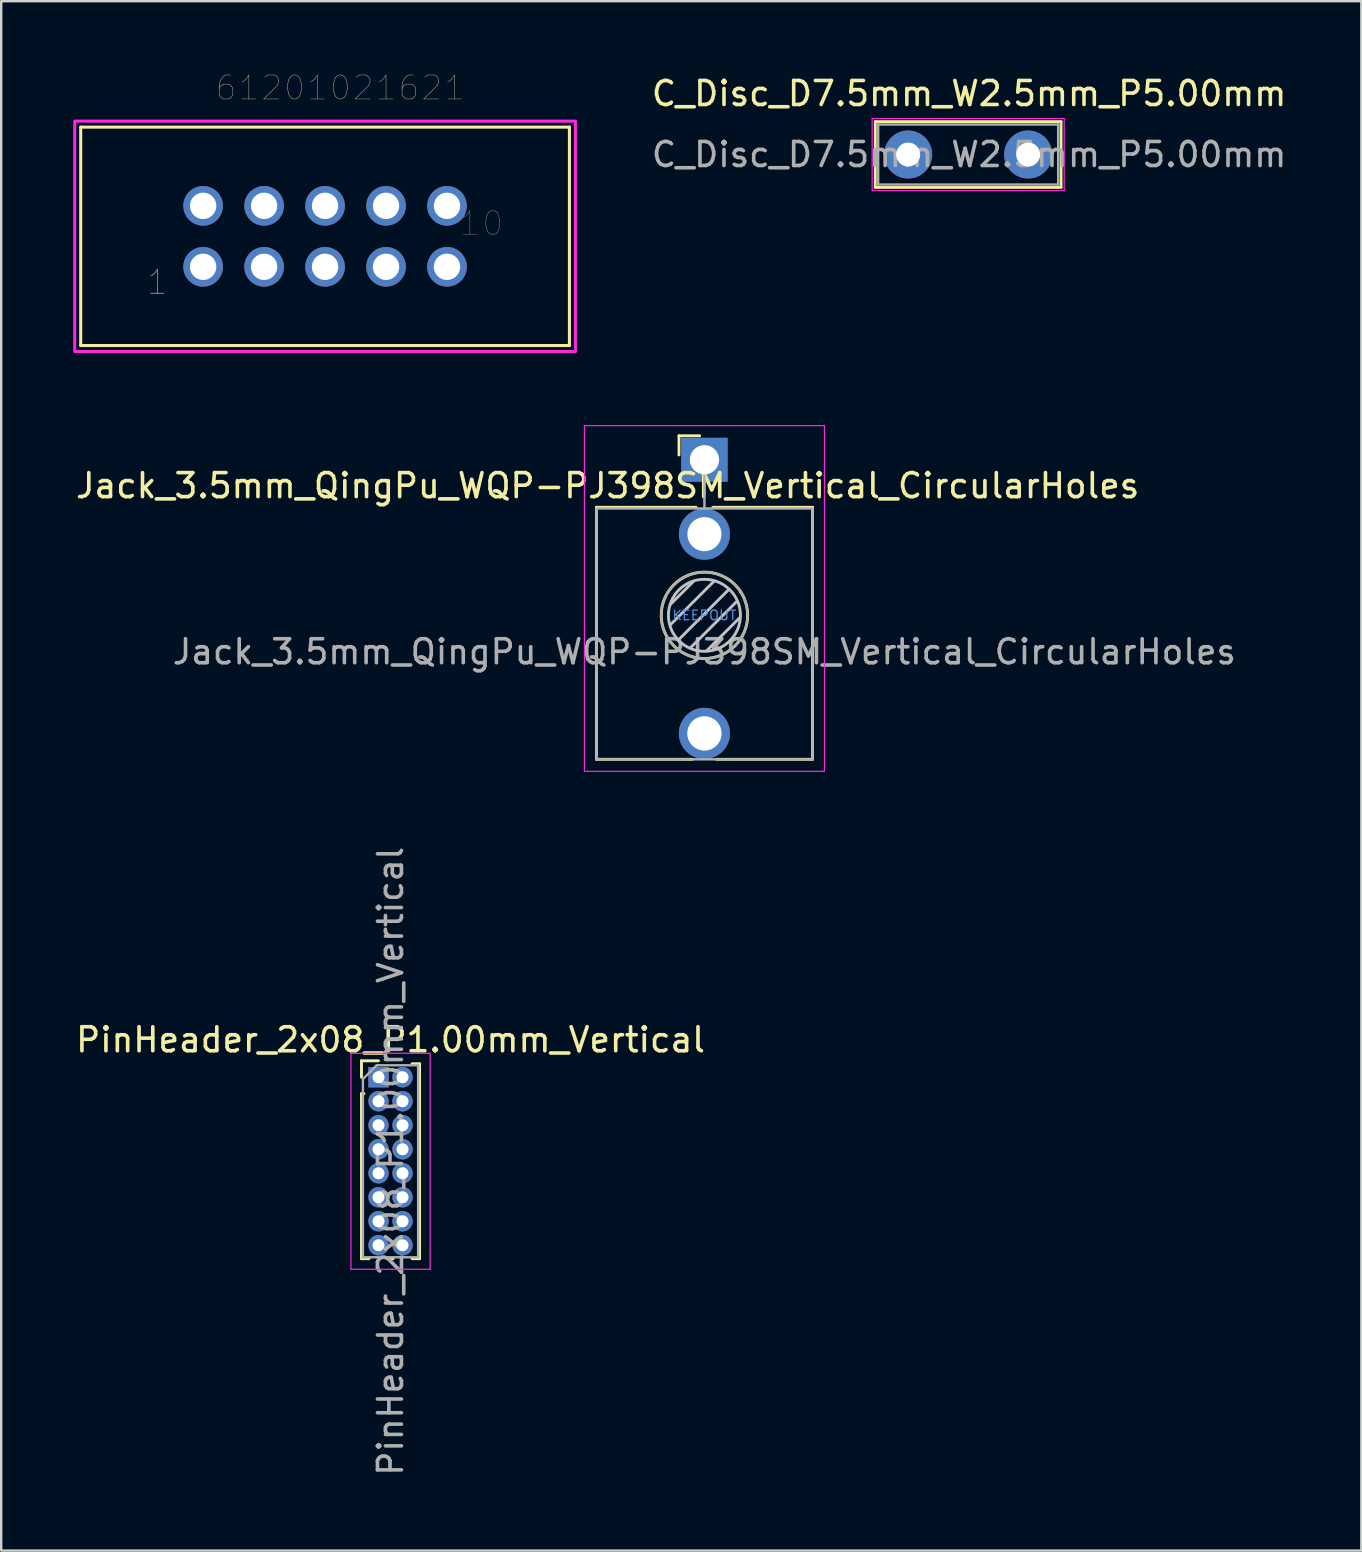
<source format=kicad_pcb>
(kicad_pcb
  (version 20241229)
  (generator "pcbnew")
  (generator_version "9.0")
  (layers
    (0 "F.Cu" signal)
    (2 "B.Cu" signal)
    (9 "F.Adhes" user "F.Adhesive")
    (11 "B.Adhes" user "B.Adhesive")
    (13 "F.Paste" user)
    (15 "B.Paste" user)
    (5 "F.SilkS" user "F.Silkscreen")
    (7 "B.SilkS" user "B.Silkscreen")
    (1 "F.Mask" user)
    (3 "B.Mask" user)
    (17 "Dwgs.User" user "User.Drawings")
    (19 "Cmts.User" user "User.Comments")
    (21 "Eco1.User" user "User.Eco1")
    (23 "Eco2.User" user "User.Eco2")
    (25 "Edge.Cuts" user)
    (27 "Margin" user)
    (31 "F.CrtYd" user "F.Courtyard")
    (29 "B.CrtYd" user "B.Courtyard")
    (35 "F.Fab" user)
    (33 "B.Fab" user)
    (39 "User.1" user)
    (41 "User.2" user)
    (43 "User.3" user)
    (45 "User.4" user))
  (footprint "PinHeader_2x08_P1.00mm_Vertical"
    (layer "F.Cu")
    (at 12.72 41.83)
    (property "Reference" "PinHeader_2x08_P1.00mm_Vertical" (at 0.5 -1.56 0) (layer "F.SilkS") (effects (font (size 1 1) (thickness 0.15))))
    (attr through_hole)
    (fp_line (start -0.71 -0.685) (end 0 -0.685) (stroke (width 0.12) (type solid)) (layer "F.SilkS"))
    (fp_line (start -0.71 0) (end -0.71 -0.685) (stroke (width 0.12) (type solid)) (layer "F.SilkS"))
    (fp_line (start -0.71 0.685) (end -0.71 7.56) (stroke (width 0.12) (type solid)) (layer "F.SilkS"))
    (fp_line (start -0.71 0.685) (end -0.608 0.685) (stroke (width 0.12) (type solid)) (layer "F.SilkS"))
    (fp_line (start -0.71 7.56) (end -0.394 7.56) (stroke (width 0.12) (type solid)) (layer "F.SilkS"))
    (fp_line (start 0.394 7.56) (end 0.606 7.56) (stroke (width 0.12) (type solid)) (layer "F.SilkS"))
    (fp_line (start 1.394 -0.56) (end 1.71 -0.56) (stroke (width 0.12) (type solid)) (layer "F.SilkS"))
    (fp_line (start 1.394 7.56) (end 1.71 7.56) (stroke (width 0.12) (type solid)) (layer "F.SilkS"))
    (fp_line (start 1.71 -0.56) (end 1.71 7.56) (stroke (width 0.12) (type solid)) (layer "F.SilkS"))
    (fp_line (start -1.15 -1) (end -1.15 8) (stroke (width 0.05) (type solid)) (layer "F.CrtYd"))
    (fp_line (start -1.15 8) (end 2.15 8) (stroke (width 0.05) (type solid)) (layer "F.CrtYd"))
    (fp_line (start 2.15 -1) (end -1.15 -1) (stroke (width 0.05) (type solid)) (layer "F.CrtYd"))
    (fp_line (start 2.15 8) (end 2.15 -1) (stroke (width 0.05) (type solid)) (layer "F.CrtYd"))
    (fp_line (start -0.65 0.075) (end -0.075 -0.5) (stroke (width 0.1) (type solid)) (layer "F.Fab"))
    (fp_line (start -0.65 7.5) (end -0.65 0.075) (stroke (width 0.1) (type solid)) (layer "F.Fab"))
    (fp_line (start -0.075 -0.5) (end 1.65 -0.5) (stroke (width 0.1) (type solid)) (layer "F.Fab"))
    (fp_line (start 1.65 -0.5) (end 1.65 7.5) (stroke (width 0.1) (type solid)) (layer "F.Fab"))
    (fp_line (start 1.65 7.5) (end -0.65 7.5) (stroke (width 0.1) (type solid)) (layer "F.Fab"))
    (fp_text user "${REFERENCE}" (at 0.5 3.5 90) (layer "F.Fab") (effects (font (size 1 1) (thickness 0.15))))
    (pad "1" thru_hole rect (at 0 0) (size 0.85 0.85) (drill 0.5) (layers "*.Cu" "*.Mask"))
    (pad "2" thru_hole oval (at 1 0) (size 0.85 0.85) (drill 0.5) (layers "*.Cu" "*.Mask"))
    (pad "3" thru_hole oval (at 0 1) (size 0.85 0.85) (drill 0.5) (layers "*.Cu" "*.Mask"))
    (pad "4" thru_hole oval (at 1 1) (size 0.85 0.85) (drill 0.5) (layers "*.Cu" "*.Mask"))
    (pad "5" thru_hole oval (at 0 2) (size 0.85 0.85) (drill 0.5) (layers "*.Cu" "*.Mask"))
    (pad "6" thru_hole oval (at 1 2) (size 0.85 0.85) (drill 0.5) (layers "*.Cu" "*.Mask"))
    (pad "7" thru_hole oval (at 0 3) (size 0.85 0.85) (drill 0.5) (layers "*.Cu" "*.Mask"))
    (pad "8" thru_hole oval (at 1 3) (size 0.85 0.85) (drill 0.5) (layers "*.Cu" "*.Mask"))
    (pad "9" thru_hole oval (at 0 4) (size 0.85 0.85) (drill 0.5) (layers "*.Cu" "*.Mask"))
    (pad "10" thru_hole oval (at 1 4) (size 0.85 0.85) (drill 0.5) (layers "*.Cu" "*.Mask"))
    (pad "11" thru_hole oval (at 0 5) (size 0.85 0.85) (drill 0.5) (layers "*.Cu" "*.Mask"))
    (pad "12" thru_hole oval (at 1 5) (size 0.85 0.85) (drill 0.5) (layers "*.Cu" "*.Mask"))
    (pad "13" thru_hole oval (at 0 6) (size 0.85 0.85) (drill 0.5) (layers "*.Cu" "*.Mask"))
    (pad "14" thru_hole oval (at 1 6) (size 0.85 0.85) (drill 0.5) (layers "*.Cu" "*.Mask"))
    (pad "15" thru_hole oval (at 0 7) (size 0.85 0.85) (drill 0.5) (layers "*.Cu" "*.Mask"))
    (pad "16" thru_hole oval (at 1 7) (size 0.85 0.85) (drill 0.5) (layers "*.Cu" "*.Mask")))
  (footprint "Jack_3.5mm_QingPu_WQP-PJ398SM_Vertical_CircularHoles"
    (layer "F.Cu")
    (at 26.298 16.105)
    (property "Reference" "Jack_3.5mm_QingPu_WQP-PJ398SM_Vertical_CircularHoles" (at -4.03 1.08 180) (layer "F.SilkS") (effects (font (size 1 1) (thickness 0.15))))
    (attr through_hole)
    (fp_line (start -4.5 1.98) (end -4.5 12.48) (stroke (width 0.12) (type solid)) (layer "F.SilkS"))
    (fp_line (start -1.06 -1) (end -1.06 -0.2) (stroke (width 0.12) (type solid)) (layer "F.SilkS"))
    (fp_line (start -1.06 -1) (end -0.2 -1) (stroke (width 0.12) (type solid)) (layer "F.SilkS"))
    (fp_line (start -0.5 12.48) (end -4.5 12.48) (stroke (width 0.12) (type solid)) (layer "F.SilkS"))
    (fp_line (start -0.35 1.98) (end -4.5 1.98) (stroke (width 0.12) (type solid)) (layer "F.SilkS"))
    (fp_line (start 4.5 1.98) (end 0.35 1.98) (stroke (width 0.12) (type solid)) (layer "F.SilkS"))
    (fp_line (start 4.5 1.98) (end 4.5 12.48) (stroke (width 0.12) (type solid)) (layer "F.SilkS"))
    (fp_line (start 4.5 12.48) (end 0.5 12.48) (stroke (width 0.12) (type solid)) (layer "F.SilkS"))
    (fp_circle (center 0 6.48) (end 1.8 6.48) (stroke (width 0.12) (type solid)) (fill no) (layer "F.SilkS"))
    (fp_line (start -1.42 6.875) (end 0.4 5.06) (stroke (width 0.12) (type solid)) (layer "Dwgs.User"))
    (fp_line (start -1.41 6.02) (end -0.46 5.07) (stroke (width 0.12) (type solid)) (layer "Dwgs.User"))
    (fp_line (start -1.07 7.49) (end 1.01 5.41) (stroke (width 0.12) (type solid)) (layer "Dwgs.User"))
    (fp_line (start -0.58 7.83) (end 1.36 5.89) (stroke (width 0.12) (type solid)) (layer "Dwgs.User"))
    (fp_line (start 0.09 7.96) (end 1.48 6.57) (stroke (width 0.12) (type solid)) (layer "Dwgs.User"))
    (fp_circle (center 0 6.48) (end 1.5 6.48) (stroke (width 0.12) (type solid)) (fill no) (layer "Dwgs.User"))
    (fp_line (start -5 12.98) (end -5 -1.42) (stroke (width 0.05) (type solid)) (layer "F.CrtYd"))
    (fp_line (start 5 -1.42) (end -5 -1.42) (stroke (width 0.05) (type solid)) (layer "F.CrtYd"))
    (fp_line (start 5 12.98) (end -5 12.98) (stroke (width 0.05) (type solid)) (layer "F.CrtYd"))
    (fp_line (start 5 12.98) (end 5 -1.42) (stroke (width 0.05) (type solid)) (layer "F.CrtYd"))
    (fp_line (start -4.5 12.48) (end -4.5 2.08) (stroke (width 0.1) (type solid)) (layer "F.Fab"))
    (fp_line (start 0 0) (end 0 2.03) (stroke (width 0.1) (type solid)) (layer "F.Fab"))
    (fp_line (start 4.5 2.03) (end -4.5 2.03) (stroke (width 0.1) (type solid)) (layer "F.Fab"))
    (fp_line (start 4.5 12.48) (end -4.5 12.48) (stroke (width 0.1) (type solid)) (layer "F.Fab"))
    (fp_line (start 4.5 12.48) (end 4.5 2.08) (stroke (width 0.1) (type solid)) (layer "F.Fab"))
    (fp_circle (center 0 6.48) (end 1.8 6.48) (stroke (width 0.1) (type solid)) (fill no) (layer "F.Fab"))
    (fp_text user "KEEPOUT" (at 0 6.48 0) (layer "Cmts.User") (effects (font (size 0.4 0.4) (thickness 0.051))))
    (fp_text user "${REFERENCE}" (at 0 8 180) (layer "F.Fab") (effects (font (size 1 1) (thickness 0.15))))
    (pad "S" thru_hole rect (at 0 0 180) (size 1.93 1.83) (drill 1.22) (layers "*.Cu" "*.Mask"))
    (pad "T" thru_hole circle (at 0 11.4 180) (size 2.13 2.13) (drill 1.43) (layers "*.Cu" "*.Mask"))
    (pad "TN" thru_hole circle (at 0 3.1 180) (size 2.13 2.13) (drill 1.42) (layers "*.Cu" "*.Mask")))
  (footprint "61201021621"
    (layer "F.Cu")
    (at 10.493 6.796)
    (property "Reference" "61201021621" (at 0.635 -6.185 0) (layer "F.SilkS") (effects (font (size 1 1) (thickness 0.015))))
    (attr through_hole)
    (fp_line (start -10.18 -4.55) (end 10.18 -4.55) (stroke (width 0.127) (type solid)) (layer "F.SilkS"))
    (fp_line (start -10.18 4.55) (end -10.18 -4.55) (stroke (width 0.127) (type solid)) (layer "F.SilkS"))
    (fp_line (start 10.18 -4.55) (end 10.18 4.55) (stroke (width 0.127) (type solid)) (layer "F.SilkS"))
    (fp_line (start 10.18 4.55) (end -10.18 4.55) (stroke (width 0.127) (type solid)) (layer "F.SilkS"))
    (fp_poly (pts (xy -10.43 -4.8) (xy 10.43 -4.8) (xy 10.43 4.8) (xy -10.43 4.8)) (stroke (width 0.127) (type solid)) (fill no) (layer "F.CrtYd"))
    (fp_text user "1" (at -6.985 1.905 0) (layer "F.SilkS") (effects (font (size 1 1) (thickness 0.015))))
    (fp_text user "1" (at -6.985 1.905 0) (layer "F.Fab") (effects (font (size 1 1) (thickness 0.015))))
    (fp_text user "10" (at 6.51 -0.535 0) (layer "F.Fab") (effects (font (size 1 1) (thickness 0.015))))
    (pad "1" thru_hole circle (at -5.08 1.27) (size 1.65 1.65) (drill 1.1) (layers "*.Cu" "*.Mask"))
    (pad "2" thru_hole circle (at -5.08 -1.27) (size 1.65 1.65) (drill 1.1) (layers "*.Cu" "*.Mask"))
    (pad "3" thru_hole circle (at -2.54 1.27) (size 1.65 1.65) (drill 1.1) (layers "*.Cu" "*.Mask"))
    (pad "4" thru_hole circle (at -2.54 -1.27) (size 1.65 1.65) (drill 1.1) (layers "*.Cu" "*.Mask"))
    (pad "5" thru_hole circle (at 0 1.27) (size 1.65 1.65) (drill 1.1) (layers "*.Cu" "*.Mask"))
    (pad "6" thru_hole circle (at 0 -1.27) (size 1.65 1.65) (drill 1.1) (layers "*.Cu" "*.Mask"))
    (pad "7" thru_hole circle (at 2.54 1.27) (size 1.65 1.65) (drill 1.1) (layers "*.Cu" "*.Mask"))
    (pad "8" thru_hole circle (at 2.54 -1.27) (size 1.65 1.65) (drill 1.1) (layers "*.Cu" "*.Mask"))
    (pad "9" thru_hole circle (at 5.08 1.27) (size 1.65 1.65) (drill 1.1) (layers "*.Cu" "*.Mask"))
    (pad "10" thru_hole circle (at 5.08 -1.27) (size 1.65 1.65) (drill 1.1) (layers "*.Cu" "*.Mask")))
  (footprint "C_Disc_D7.5mm_W2.5mm_P5.00mm"
    (layer "F.Cu")
    (at 34.786 3.388)
    (property "Reference" "C_Disc_D7.5mm_W2.5mm_P5.00mm" (at 2.54 0 0) (layer "F.Fab") (effects (font (size 1 1) (thickness 0.15))))
    (attr through_hole)
    (fp_line (start -1.37 -1.37) (end -1.37 1.37) (stroke (width 0.12) (type solid)) (layer "F.SilkS"))
    (fp_line (start -1.37 -1.37) (end 6.37 -1.37) (stroke (width 0.12) (type solid)) (layer "F.SilkS"))
    (fp_line (start -1.37 1.37) (end 6.37 1.37) (stroke (width 0.12) (type solid)) (layer "F.SilkS"))
    (fp_line (start 6.37 -1.37) (end 6.37 1.37) (stroke (width 0.12) (type solid)) (layer "F.SilkS"))
    (fp_line (start -1.5 -1.5) (end -1.5 1.5) (stroke (width 0.05) (type solid)) (layer "F.CrtYd"))
    (fp_line (start -1.5 1.5) (end 6.5 1.5) (stroke (width 0.05) (type solid)) (layer "F.CrtYd"))
    (fp_line (start 6.5 -1.5) (end -1.5 -1.5) (stroke (width 0.05) (type solid)) (layer "F.CrtYd"))
    (fp_line (start 6.5 1.5) (end 6.5 -1.5) (stroke (width 0.05) (type solid)) (layer "F.CrtYd"))
    (fp_line (start -1.25 -1.25) (end -1.25 1.25) (stroke (width 0.1) (type solid)) (layer "F.Fab"))
    (fp_line (start -1.25 1.25) (end 6.25 1.25) (stroke (width 0.1) (type solid)) (layer "F.Fab"))
    (fp_line (start 6.25 -1.25) (end -1.25 -1.25) (stroke (width 0.1) (type solid)) (layer "F.Fab"))
    (fp_line (start 6.25 1.25) (end 6.25 -1.25) (stroke (width 0.1) (type solid)) (layer "F.Fab"))
    (fp_text user "${REFERENCE}" (at 2.54 -2.54 0) (layer "F.SilkS") (effects (font (size 1 1) (thickness 0.15))))
    (pad "1" thru_hole circle (at 0 0) (size 2 2) (drill 1) (layers "*.Cu" "*.Mask"))
    (pad "2" thru_hole circle (at 5 0) (size 2 2) (drill 1) (layers "*.Cu" "*.Mask")))
  (gr_rect
    (start -3 -3)
    (end 53.666 61.55)
    (stroke (width 0.1) (type default))
    (fill no)
    (layer "Edge.Cuts")))
</source>
